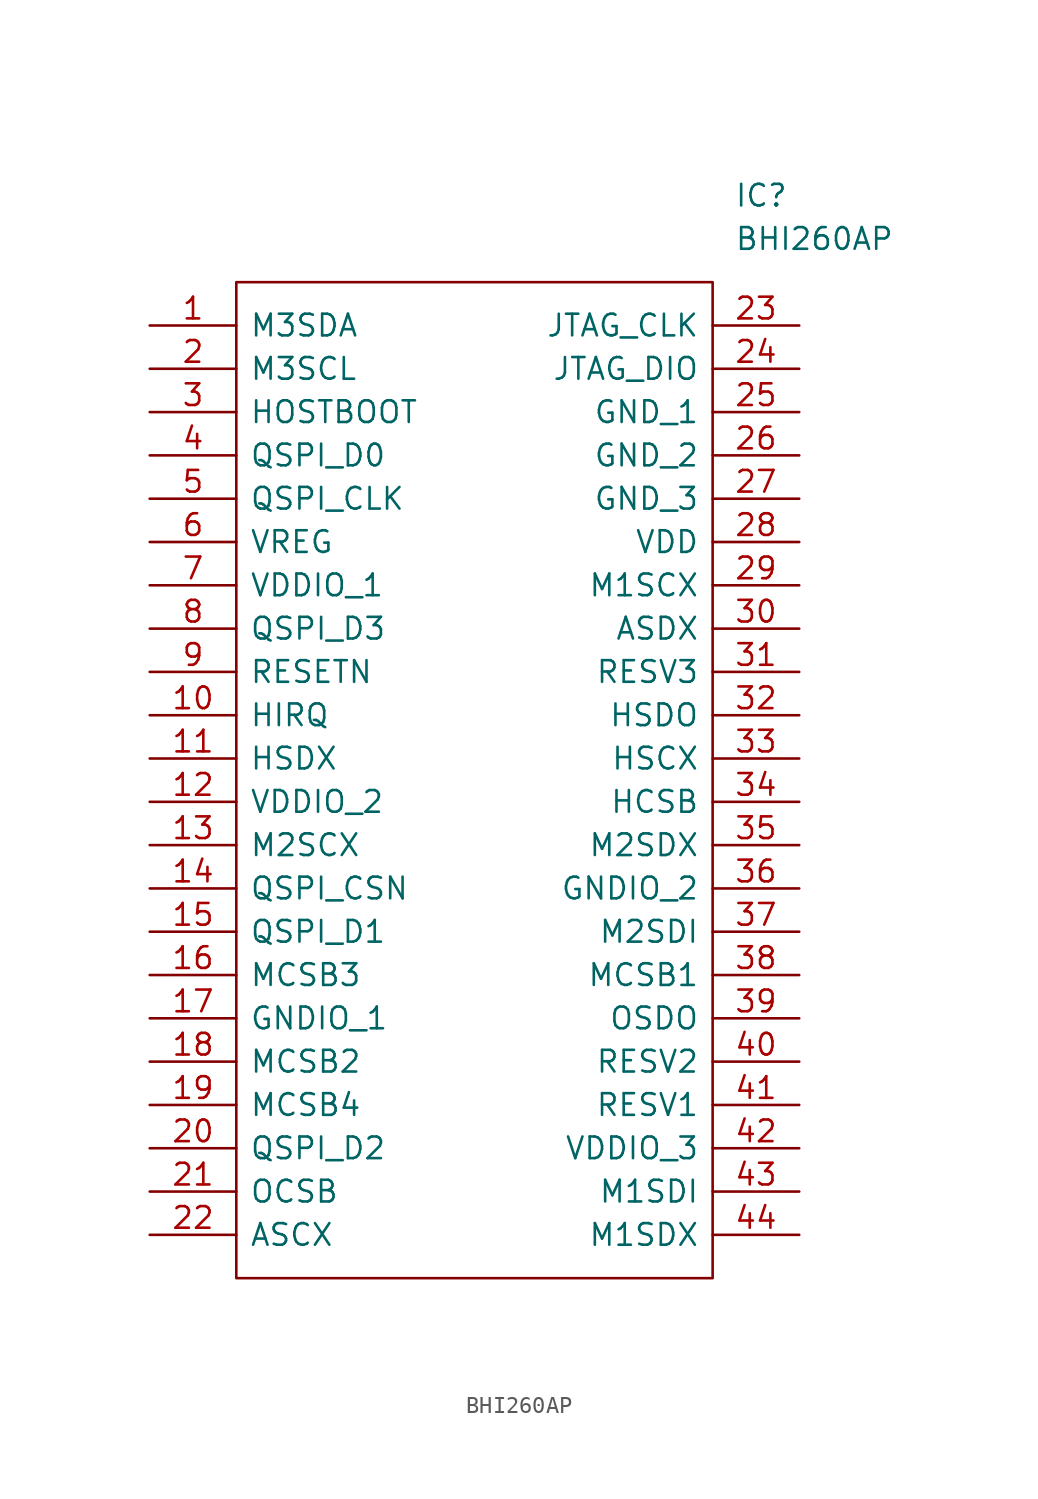
<source format=kicad_sym>
(kicad_symbol_lib
  (version 20211014)
  (generator kicad_symbol_editor)
  (symbol "BHI260AP"
    (pin_names
      (offset 0.762))
    (property "Reference" "IC"
      (at 34.29 7.62 0)
      (effects (font (size 1.27 1.27)) (justify left)))
    (property "Value" "BHI260AP"
      (at 34.29 5.08 0)
      (effects (font (size 1.27 1.27)) (justify left)))
    (symbol "BHI260AP_0_0"
      (pin passive line (at 0 0 0) (length 5.08) (name "M3SDA" (effects (font (size 1.27 1.27)))) (number "1" (effects (font (size 1.27 1.27)))))
      (pin passive line (at 0 -22.86 0) (length 5.08) (name "HIRQ" (effects (font (size 1.27 1.27)))) (number "10" (effects (font (size 1.27 1.27)))))
      (pin passive line (at 0 -25.4 0) (length 5.08) (name "HSDX" (effects (font (size 1.27 1.27)))) (number "11" (effects (font (size 1.27 1.27)))))
      (pin passive line (at 0 -27.94 0) (length 5.08) (name "VDDIO_2" (effects (font (size 1.27 1.27)))) (number "12" (effects (font (size 1.27 1.27)))))
      (pin passive line (at 0 -30.48 0) (length 5.08) (name "M2SCX" (effects (font (size 1.27 1.27)))) (number "13" (effects (font (size 1.27 1.27)))))
      (pin passive line (at 0 -33.02 0) (length 5.08) (name "QSPI_CSN" (effects (font (size 1.27 1.27)))) (number "14" (effects (font (size 1.27 1.27)))))
      (pin passive line (at 0 -35.56 0) (length 5.08) (name "QSPI_D1" (effects (font (size 1.27 1.27)))) (number "15" (effects (font (size 1.27 1.27)))))
      (pin passive line (at 0 -38.1 0) (length 5.08) (name "MCSB3" (effects (font (size 1.27 1.27)))) (number "16" (effects (font (size 1.27 1.27)))))
      (pin passive line (at 0 -40.64 0) (length 5.08) (name "GNDIO_1" (effects (font (size 1.27 1.27)))) (number "17" (effects (font (size 1.27 1.27)))))
      (pin passive line (at 0 -43.18 0) (length 5.08) (name "MCSB2" (effects (font (size 1.27 1.27)))) (number "18" (effects (font (size 1.27 1.27)))))
      (pin passive line (at 0 -45.72 0) (length 5.08) (name "MCSB4" (effects (font (size 1.27 1.27)))) (number "19" (effects (font (size 1.27 1.27)))))
      (pin passive line (at 0 -2.54 0) (length 5.08) (name "M3SCL" (effects (font (size 1.27 1.27)))) (number "2" (effects (font (size 1.27 1.27)))))
      (pin passive line (at 0 -48.26 0) (length 5.08) (name "QSPI_D2" (effects (font (size 1.27 1.27)))) (number "20" (effects (font (size 1.27 1.27)))))
      (pin passive line (at 0 -50.8 0) (length 5.08) (name "OCSB" (effects (font (size 1.27 1.27)))) (number "21" (effects (font (size 1.27 1.27)))))
      (pin passive line (at 0 -53.34 0) (length 5.08) (name "ASCX" (effects (font (size 1.27 1.27)))) (number "22" (effects (font (size 1.27 1.27)))))
      (pin passive line (at 38.1 0 180) (length 5.08) (name "JTAG_CLK" (effects (font (size 1.27 1.27)))) (number "23" (effects (font (size 1.27 1.27)))))
      (pin passive line (at 38.1 -2.54 180) (length 5.08) (name "JTAG_DIO" (effects (font (size 1.27 1.27)))) (number "24" (effects (font (size 1.27 1.27)))))
      (pin passive line (at 38.1 -5.08 180) (length 5.08) (name "GND_1" (effects (font (size 1.27 1.27)))) (number "25" (effects (font (size 1.27 1.27)))))
      (pin passive line (at 38.1 -7.62 180) (length 5.08) (name "GND_2" (effects (font (size 1.27 1.27)))) (number "26" (effects (font (size 1.27 1.27)))))
      (pin passive line (at 38.1 -10.16 180) (length 5.08) (name "GND_3" (effects (font (size 1.27 1.27)))) (number "27" (effects (font (size 1.27 1.27)))))
      (pin passive line (at 38.1 -12.7 180) (length 5.08) (name "VDD" (effects (font (size 1.27 1.27)))) (number "28" (effects (font (size 1.27 1.27)))))
      (pin passive line (at 38.1 -15.24 180) (length 5.08) (name "M1SCX" (effects (font (size 1.27 1.27)))) (number "29" (effects (font (size 1.27 1.27)))))
      (pin passive line (at 0 -5.08 0) (length 5.08) (name "HOSTBOOT" (effects (font (size 1.27 1.27)))) (number "3" (effects (font (size 1.27 1.27)))))
      (pin passive line (at 38.1 -17.78 180) (length 5.08) (name "ASDX" (effects (font (size 1.27 1.27)))) (number "30" (effects (font (size 1.27 1.27)))))
      (pin passive line (at 38.1 -20.32 180) (length 5.08) (name "RESV3" (effects (font (size 1.27 1.27)))) (number "31" (effects (font (size 1.27 1.27)))))
      (pin passive line (at 38.1 -22.86 180) (length 5.08) (name "HSDO" (effects (font (size 1.27 1.27)))) (number "32" (effects (font (size 1.27 1.27)))))
      (pin passive line (at 38.1 -25.4 180) (length 5.08) (name "HSCX" (effects (font (size 1.27 1.27)))) (number "33" (effects (font (size 1.27 1.27)))))
      (pin passive line (at 38.1 -27.94 180) (length 5.08) (name "HCSB" (effects (font (size 1.27 1.27)))) (number "34" (effects (font (size 1.27 1.27)))))
      (pin passive line (at 38.1 -30.48 180) (length 5.08) (name "M2SDX" (effects (font (size 1.27 1.27)))) (number "35" (effects (font (size 1.27 1.27)))))
      (pin passive line (at 38.1 -33.02 180) (length 5.08) (name "GNDIO_2" (effects (font (size 1.27 1.27)))) (number "36" (effects (font (size 1.27 1.27)))))
      (pin passive line (at 38.1 -35.56 180) (length 5.08) (name "M2SDI" (effects (font (size 1.27 1.27)))) (number "37" (effects (font (size 1.27 1.27)))))
      (pin passive line (at 38.1 -38.1 180) (length 5.08) (name "MCSB1" (effects (font (size 1.27 1.27)))) (number "38" (effects (font (size 1.27 1.27)))))
      (pin passive line (at 38.1 -40.64 180) (length 5.08) (name "OSDO" (effects (font (size 1.27 1.27)))) (number "39" (effects (font (size 1.27 1.27)))))
      (pin passive line (at 0 -7.62 0) (length 5.08) (name "QSPI_D0" (effects (font (size 1.27 1.27)))) (number "4" (effects (font (size 1.27 1.27)))))
      (pin passive line (at 38.1 -43.18 180) (length 5.08) (name "RESV2" (effects (font (size 1.27 1.27)))) (number "40" (effects (font (size 1.27 1.27)))))
      (pin passive line (at 38.1 -45.72 180) (length 5.08) (name "RESV1" (effects (font (size 1.27 1.27)))) (number "41" (effects (font (size 1.27 1.27)))))
      (pin passive line (at 38.1 -48.26 180) (length 5.08) (name "VDDIO_3" (effects (font (size 1.27 1.27)))) (number "42" (effects (font (size 1.27 1.27)))))
      (pin passive line (at 38.1 -50.8 180) (length 5.08) (name "M1SDI" (effects (font (size 1.27 1.27)))) (number "43" (effects (font (size 1.27 1.27)))))
      (pin passive line (at 38.1 -53.34 180) (length 5.08) (name "M1SDX" (effects (font (size 1.27 1.27)))) (number "44" (effects (font (size 1.27 1.27)))))
      (pin passive line (at 0 -10.16 0) (length 5.08) (name "QSPI_CLK" (effects (font (size 1.27 1.27)))) (number "5" (effects (font (size 1.27 1.27)))))
      (pin passive line (at 0 -12.7 0) (length 5.08) (name "VREG" (effects (font (size 1.27 1.27)))) (number "6" (effects (font (size 1.27 1.27)))))
      (pin passive line (at 0 -15.24 0) (length 5.08) (name "VDDIO_1" (effects (font (size 1.27 1.27)))) (number "7" (effects (font (size 1.27 1.27)))))
      (pin passive line (at 0 -17.78 0) (length 5.08) (name "QSPI_D3" (effects (font (size 1.27 1.27)))) (number "8" (effects (font (size 1.27 1.27)))))
      (pin passive line (at 0 -20.32 0) (length 5.08) (name "RESETN" (effects (font (size 1.27 1.27)))) (number "9" (effects (font (size 1.27 1.27))))))
    (symbol "BHI260AP_0_1"
      (polyline (pts (xy 5.08 2.54) (xy 33.02 2.54) (xy 33.02 -55.88) (xy 5.08 -55.88) (xy 5.08 2.54)) (stroke (width 0.152) (type default) (color 0 0 0 0)) (fill (type none))))))
</source>
